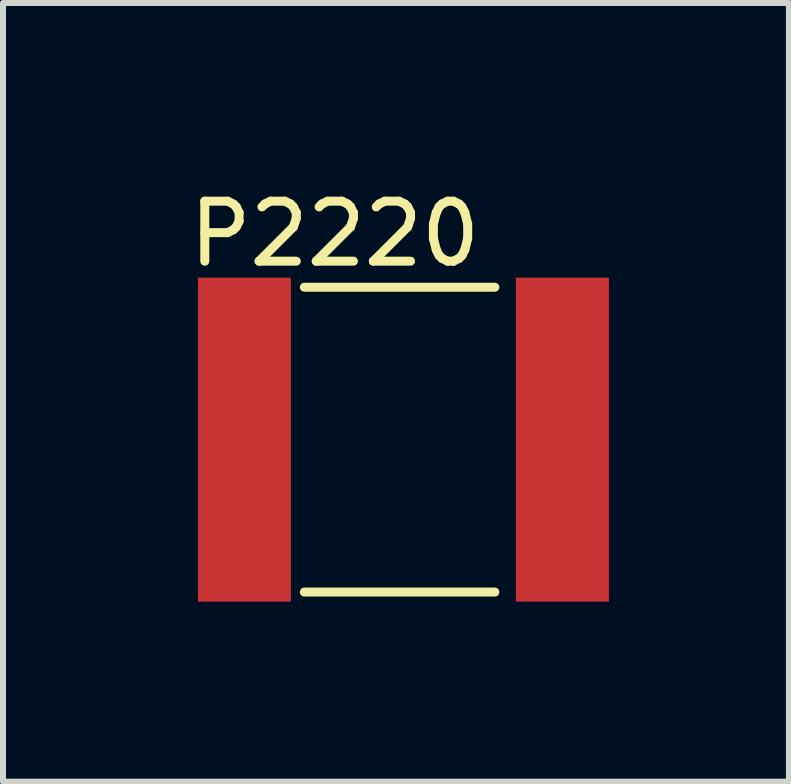
<source format=kicad_pcb>
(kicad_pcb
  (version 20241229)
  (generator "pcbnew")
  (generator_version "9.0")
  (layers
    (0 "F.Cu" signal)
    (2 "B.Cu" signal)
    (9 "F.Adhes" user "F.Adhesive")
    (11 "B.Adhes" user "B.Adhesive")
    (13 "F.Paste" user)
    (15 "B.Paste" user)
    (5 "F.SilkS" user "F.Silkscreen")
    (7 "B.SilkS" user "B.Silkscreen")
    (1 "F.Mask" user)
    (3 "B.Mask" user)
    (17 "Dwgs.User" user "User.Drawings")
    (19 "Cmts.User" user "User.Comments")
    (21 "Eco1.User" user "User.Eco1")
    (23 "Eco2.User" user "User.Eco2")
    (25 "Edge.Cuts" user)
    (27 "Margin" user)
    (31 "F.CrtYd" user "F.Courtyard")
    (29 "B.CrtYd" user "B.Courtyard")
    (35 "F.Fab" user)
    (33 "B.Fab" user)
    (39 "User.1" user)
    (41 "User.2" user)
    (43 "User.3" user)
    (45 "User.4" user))
  (footprint "P2220"
    (layer "F.Cu")
    (at 3.673 4.277)
    (property "Reference" "P2220" (at -1.143 -3.429 0) (layer "F.SilkS") (effects (font (size 1 1) (thickness 0.15))))
    (attr through_hole)
    (fp_line (start -1.651 2.54) (end 1.524 2.54) (stroke (width 0.15) (type solid)) (layer "F.SilkS"))
    (fp_line (start 1.524 -2.54) (end -1.651 -2.54) (stroke (width 0.15) (type solid)) (layer "F.SilkS"))
    (pad "1" smd rect (at -2.65 0) (size 1.55 5.4) (layers "F.Cu" "F.Mask" "F.Paste"))
    (pad "2" smd rect (at 2.65 0) (size 1.55 5.4) (layers "F.Cu" "F.Mask" "F.Paste")))
  (gr_rect
    (start -3 -3)
    (end 10.098 9.977)
    (stroke (width 0.1) (type default))
    (fill no)
    (layer "Edge.Cuts")))
</source>
